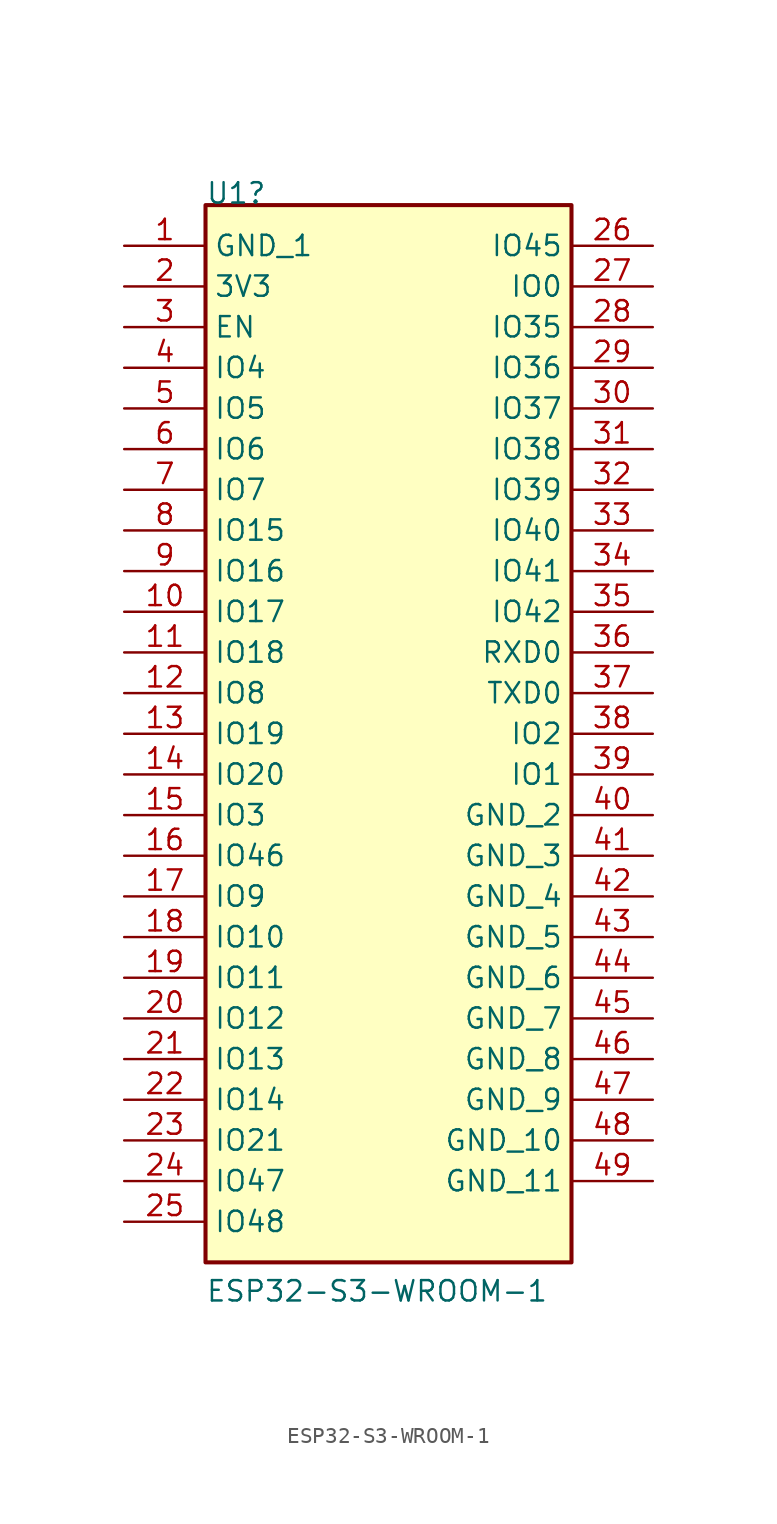
<source format=kicad_sym>
(kicad_symbol_lib
  (version 20231120)
  (generator "kicad_symbol_editor")
  (generator_version "8.0")
  (symbol "ESP32-S3-WROOM-1"
    (property "Reference" "U1"
      (at 5.08 2.54 0)
      (effects (font (size 1.27 1.27)) (justify left bottom)))
    (property "Value" "ESP32-S3-WROOM-1"
      (at 5.08 -66.04 0)
      (effects (font (size 1.27 1.27)) (justify left bottom)))
    (symbol "ESP32-S3-WROOM-1_1_0"
      (rectangle (start 27.94 2.54) (end 5.08 -63.5) (stroke (width 0.254) (type solid) (color 128 0 0 1)) (fill (type background)))
      (pin passive line (at 0 0 0) (length 5.08) (name "GND_1" (effects (font (size 1.27 1.27)))) (number "1" (effects (font (size 1.27 1.27)))))
      (pin passive line (at 0 -22.86 0) (length 5.08) (name "IO17" (effects (font (size 1.27 1.27)))) (number "10" (effects (font (size 1.27 1.27)))))
      (pin passive line (at 0 -25.4 0) (length 5.08) (name "IO18" (effects (font (size 1.27 1.27)))) (number "11" (effects (font (size 1.27 1.27)))))
      (pin passive line (at 0 -27.94 0) (length 5.08) (name "IO8" (effects (font (size 1.27 1.27)))) (number "12" (effects (font (size 1.27 1.27)))))
      (pin passive line (at 0 -30.48 0) (length 5.08) (name "IO19" (effects (font (size 1.27 1.27)))) (number "13" (effects (font (size 1.27 1.27)))))
      (pin passive line (at 0 -33.02 0) (length 5.08) (name "IO20" (effects (font (size 1.27 1.27)))) (number "14" (effects (font (size 1.27 1.27)))))
      (pin passive line (at 0 -35.56 0) (length 5.08) (name "IO3" (effects (font (size 1.27 1.27)))) (number "15" (effects (font (size 1.27 1.27)))))
      (pin passive line (at 0 -38.1 0) (length 5.08) (name "IO46" (effects (font (size 1.27 1.27)))) (number "16" (effects (font (size 1.27 1.27)))))
      (pin passive line (at 0 -40.64 0) (length 5.08) (name "IO9" (effects (font (size 1.27 1.27)))) (number "17" (effects (font (size 1.27 1.27)))))
      (pin passive line (at 0 -43.18 0) (length 5.08) (name "IO10" (effects (font (size 1.27 1.27)))) (number "18" (effects (font (size 1.27 1.27)))))
      (pin passive line (at 0 -45.72 0) (length 5.08) (name "IO11" (effects (font (size 1.27 1.27)))) (number "19" (effects (font (size 1.27 1.27)))))
      (pin passive line (at 0 -2.54 0) (length 5.08) (name "3V3" (effects (font (size 1.27 1.27)))) (number "2" (effects (font (size 1.27 1.27)))))
      (pin passive line (at 0 -48.26 0) (length 5.08) (name "IO12" (effects (font (size 1.27 1.27)))) (number "20" (effects (font (size 1.27 1.27)))))
      (pin passive line (at 0 -50.8 0) (length 5.08) (name "IO13" (effects (font (size 1.27 1.27)))) (number "21" (effects (font (size 1.27 1.27)))))
      (pin passive line (at 0 -53.34 0) (length 5.08) (name "IO14" (effects (font (size 1.27 1.27)))) (number "22" (effects (font (size 1.27 1.27)))))
      (pin passive line (at 0 -55.88 0) (length 5.08) (name "IO21" (effects (font (size 1.27 1.27)))) (number "23" (effects (font (size 1.27 1.27)))))
      (pin passive line (at 0 -58.42 0) (length 5.08) (name "IO47" (effects (font (size 1.27 1.27)))) (number "24" (effects (font (size 1.27 1.27)))))
      (pin passive line (at 0 -60.96 0) (length 5.08) (name "IO48" (effects (font (size 1.27 1.27)))) (number "25" (effects (font (size 1.27 1.27)))))
      (pin passive line (at 33.02 0 180) (length 5.08) (name "IO45" (effects (font (size 1.27 1.27)))) (number "26" (effects (font (size 1.27 1.27)))))
      (pin passive line (at 33.02 -2.54 180) (length 5.08) (name "IO0" (effects (font (size 1.27 1.27)))) (number "27" (effects (font (size 1.27 1.27)))))
      (pin passive line (at 33.02 -5.08 180) (length 5.08) (name "IO35" (effects (font (size 1.27 1.27)))) (number "28" (effects (font (size 1.27 1.27)))))
      (pin passive line (at 33.02 -7.62 180) (length 5.08) (name "IO36" (effects (font (size 1.27 1.27)))) (number "29" (effects (font (size 1.27 1.27)))))
      (pin passive line (at 0 -5.08 0) (length 5.08) (name "EN" (effects (font (size 1.27 1.27)))) (number "3" (effects (font (size 1.27 1.27)))))
      (pin passive line (at 33.02 -10.16 180) (length 5.08) (name "IO37" (effects (font (size 1.27 1.27)))) (number "30" (effects (font (size 1.27 1.27)))))
      (pin passive line (at 33.02 -12.7 180) (length 5.08) (name "IO38" (effects (font (size 1.27 1.27)))) (number "31" (effects (font (size 1.27 1.27)))))
      (pin passive line (at 33.02 -15.24 180) (length 5.08) (name "IO39" (effects (font (size 1.27 1.27)))) (number "32" (effects (font (size 1.27 1.27)))))
      (pin passive line (at 33.02 -17.78 180) (length 5.08) (name "IO40" (effects (font (size 1.27 1.27)))) (number "33" (effects (font (size 1.27 1.27)))))
      (pin passive line (at 33.02 -20.32 180) (length 5.08) (name "IO41" (effects (font (size 1.27 1.27)))) (number "34" (effects (font (size 1.27 1.27)))))
      (pin passive line (at 33.02 -22.86 180) (length 5.08) (name "IO42" (effects (font (size 1.27 1.27)))) (number "35" (effects (font (size 1.27 1.27)))))
      (pin passive line (at 33.02 -25.4 180) (length 5.08) (name "RXD0" (effects (font (size 1.27 1.27)))) (number "36" (effects (font (size 1.27 1.27)))))
      (pin passive line (at 33.02 -27.94 180) (length 5.08) (name "TXD0" (effects (font (size 1.27 1.27)))) (number "37" (effects (font (size 1.27 1.27)))))
      (pin passive line (at 33.02 -30.48 180) (length 5.08) (name "IO2" (effects (font (size 1.27 1.27)))) (number "38" (effects (font (size 1.27 1.27)))))
      (pin passive line (at 33.02 -33.02 180) (length 5.08) (name "IO1" (effects (font (size 1.27 1.27)))) (number "39" (effects (font (size 1.27 1.27)))))
      (pin passive line (at 0 -7.62 0) (length 5.08) (name "IO4" (effects (font (size 1.27 1.27)))) (number "4" (effects (font (size 1.27 1.27)))))
      (pin passive line (at 33.02 -35.56 180) (length 5.08) (name "GND_2" (effects (font (size 1.27 1.27)))) (number "40" (effects (font (size 1.27 1.27)))))
      (pin passive line (at 33.02 -38.1 180) (length 5.08) (name "GND_3" (effects (font (size 1.27 1.27)))) (number "41" (effects (font (size 1.27 1.27)))))
      (pin passive line (at 33.02 -40.64 180) (length 5.08) (name "GND_4" (effects (font (size 1.27 1.27)))) (number "42" (effects (font (size 1.27 1.27)))))
      (pin passive line (at 33.02 -43.18 180) (length 5.08) (name "GND_5" (effects (font (size 1.27 1.27)))) (number "43" (effects (font (size 1.27 1.27)))))
      (pin passive line (at 33.02 -45.72 180) (length 5.08) (name "GND_6" (effects (font (size 1.27 1.27)))) (number "44" (effects (font (size 1.27 1.27)))))
      (pin passive line (at 33.02 -48.26 180) (length 5.08) (name "GND_7" (effects (font (size 1.27 1.27)))) (number "45" (effects (font (size 1.27 1.27)))))
      (pin passive line (at 33.02 -50.8 180) (length 5.08) (name "GND_8" (effects (font (size 1.27 1.27)))) (number "46" (effects (font (size 1.27 1.27)))))
      (pin passive line (at 33.02 -53.34 180) (length 5.08) (name "GND_9" (effects (font (size 1.27 1.27)))) (number "47" (effects (font (size 1.27 1.27)))))
      (pin passive line (at 33.02 -55.88 180) (length 5.08) (name "GND_10" (effects (font (size 1.27 1.27)))) (number "48" (effects (font (size 1.27 1.27)))))
      (pin passive line (at 33.02 -58.42 180) (length 5.08) (name "GND_11" (effects (font (size 1.27 1.27)))) (number "49" (effects (font (size 1.27 1.27)))))
      (pin passive line (at 0 -10.16 0) (length 5.08) (name "IO5" (effects (font (size 1.27 1.27)))) (number "5" (effects (font (size 1.27 1.27)))))
      (pin passive line (at 0 -12.7 0) (length 5.08) (name "IO6" (effects (font (size 1.27 1.27)))) (number "6" (effects (font (size 1.27 1.27)))))
      (pin passive line (at 0 -15.24 0) (length 5.08) (name "IO7" (effects (font (size 1.27 1.27)))) (number "7" (effects (font (size 1.27 1.27)))))
      (pin passive line (at 0 -17.78 0) (length 5.08) (name "IO15" (effects (font (size 1.27 1.27)))) (number "8" (effects (font (size 1.27 1.27)))))
      (pin passive line (at 0 -20.32 0) (length 5.08) (name "IO16" (effects (font (size 1.27 1.27)))) (number "9" (effects (font (size 1.27 1.27))))))))
</source>
